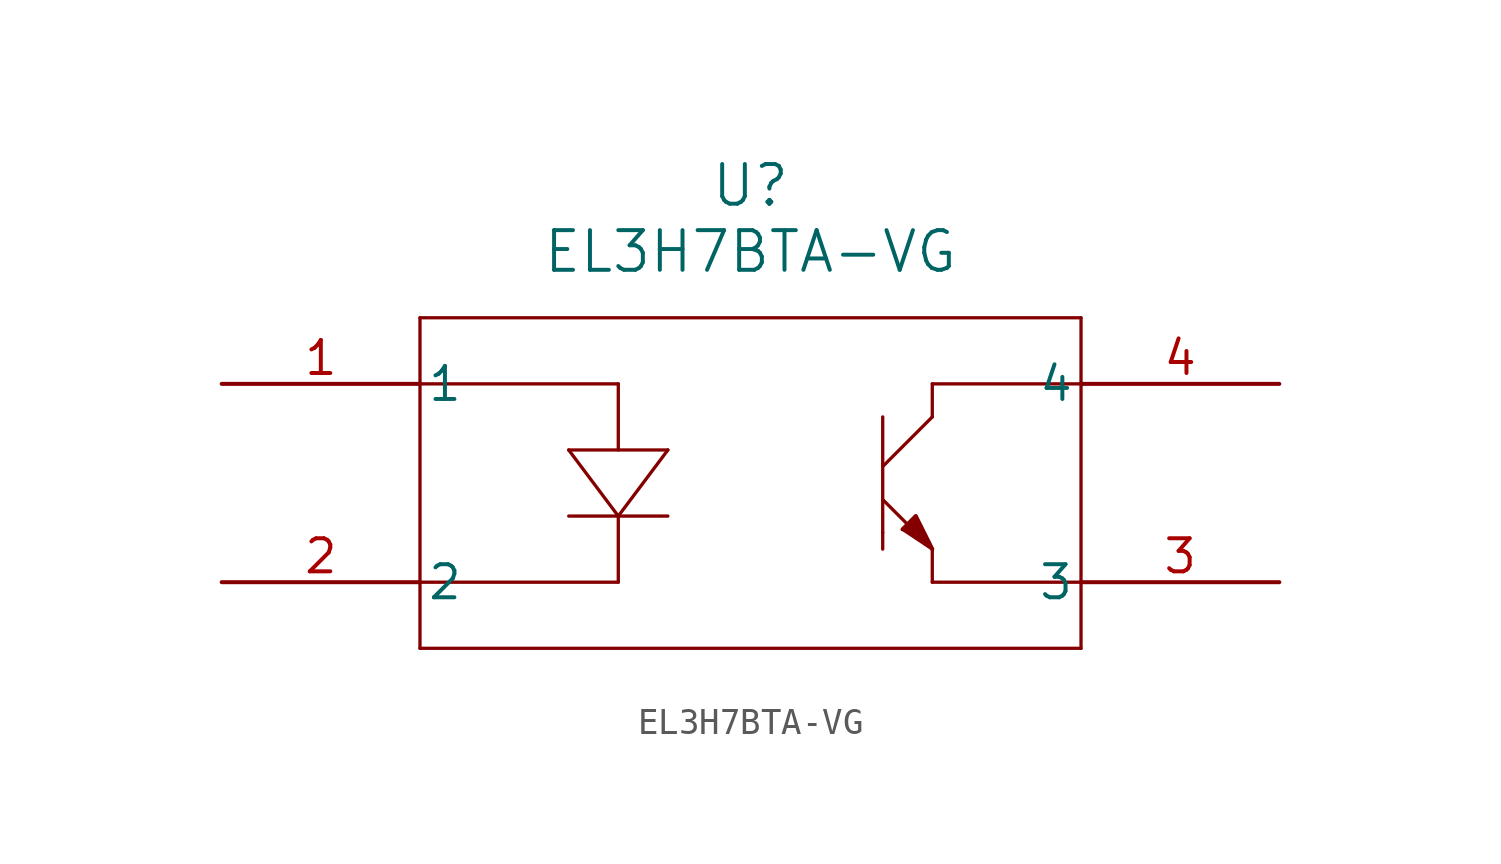
<source format=kicad_sym>
(kicad_symbol_lib
  (version 20211014)
  (generator kicad_symbol_editor)
  (symbol "EL3H7BTA-VG"
    (pin_names
      (offset 0.254))
    (property "Reference" "U"
      (at 20.32 10.16 0)
      (effects (font (size 1.524 1.524))))
    (property "Value" "EL3H7BTA-VG"
      (at 20.32 7.62 0)
      (effects (font (size 1.524 1.524))))
    (symbol "EL3H7BTA-VG_0_1"
      (polyline (pts (xy 7.62 5.08) (xy 7.62 -7.62)) (stroke (width 0.127) (type default) (color 0 0 0 0)) (fill (type none)))
      (polyline (pts (xy 7.62 -7.62) (xy 33.02 -7.62)) (stroke (width 0.127) (type default) (color 0 0 0 0)) (fill (type none)))
      (polyline (pts (xy 33.02 -7.62) (xy 33.02 5.08)) (stroke (width 0.127) (type default) (color 0 0 0 0)) (fill (type none)))
      (polyline (pts (xy 33.02 5.08) (xy 7.62 5.08)) (stroke (width 0.127) (type default) (color 0 0 0 0)) (fill (type none)))
      (polyline (pts (xy 7.62 2.54) (xy 15.24 2.54)) (stroke (width 0.127) (type default) (color 0 0 0 0)) (fill (type none)))
      (polyline (pts (xy 15.24 2.54) (xy 15.24 0)) (stroke (width 0.127) (type default) (color 0 0 0 0)) (fill (type none)))
      (polyline (pts (xy 7.62 -5.08) (xy 15.24 -5.08)) (stroke (width 0.127) (type default) (color 0 0 0 0)) (fill (type none)))
      (polyline (pts (xy 15.24 -5.08) (xy 15.24 -2.54)) (stroke (width 0.127) (type default) (color 0 0 0 0)) (fill (type none)))
      (polyline (pts (xy 15.24 -2.54) (xy 13.335 0)) (stroke (width 0.127) (type default) (color 0 0 0 0)) (fill (type none)))
      (polyline (pts (xy 13.335 0) (xy 17.145 0)) (stroke (width 0.127) (type default) (color 0 0 0 0)) (fill (type none)))
      (polyline (pts (xy 15.24 -2.54) (xy 17.145 0)) (stroke (width 0.127) (type default) (color 0 0 0 0)) (fill (type none)))
      (polyline (pts (xy 13.335 -2.54) (xy 17.145 -2.54)) (stroke (width 0.127) (type default) (color 0 0 0 0)) (fill (type none)))
      (polyline (pts (xy 33.02 2.54) (xy 27.305 2.54)) (stroke (width 0.127) (type default) (color 0 0 0 0)) (fill (type none)))
      (polyline (pts (xy 27.305 2.54) (xy 27.305 1.27)) (stroke (width 0.127) (type default) (color 0 0 0 0)) (fill (type none)))
      (polyline (pts (xy 27.305 1.27) (xy 25.4 -0.635)) (stroke (width 0.127) (type default) (color 0 0 0 0)) (fill (type none)))
      (polyline (pts (xy 25.4 -0.635) (xy 25.4 1.27)) (stroke (width 0.127) (type default) (color 0 0 0 0)) (fill (type none)))
      (polyline (pts (xy 25.4 -0.635) (xy 25.4 -3.175)) (stroke (width 0.127) (type default) (color 0 0 0 0)) (fill (type none)))
      (polyline (pts (xy 25.4 -1.905) (xy 27.305 -3.81)) (stroke (width 0.127) (type default) (color 0 0 0 0)) (fill (type none)))
      (polyline (pts (xy 33.02 -5.08) (xy 27.305 -5.08)) (stroke (width 0.127) (type default) (color 0 0 0 0)) (fill (type none)))
      (polyline (pts (xy 27.305 -5.08) (xy 27.305 -3.81)) (stroke (width 0.127) (type default) (color 0 0 0 0)) (fill (type none)))
      (polyline (pts (xy 25.4 -3.175) (xy 25.4 -3.81)) (stroke (width 0.127) (type default) (color 0 0 0 0)) (fill (type none)))
      (polyline (pts (xy 27.305 -3.81) (xy 26.67 -2.54)) (stroke (width 0.127) (type default) (color 0 0 0 0)) (fill (type none)))
      (polyline (pts (xy 26.67 -2.54) (xy 26.162 -3.048)) (stroke (width 0.127) (type default) (color 0 0 0 0)) (fill (type none)))
      (polyline (pts (xy 26.162 -3.048) (xy 27.305 -3.81)) (stroke (width 0.127) (type default) (color 0 0 0 0)) (fill (type none)))
      (polyline (pts (xy 26.162 -3.048) (xy 26.67 -2.54) (xy 27.305 -3.81)) (stroke (width 0) (type default) (color 0 0 0 0)) (fill (type outline)))
      (pin unspecified line (at 0 2.54 0) (length 7.62) (name "1" (effects (font (size 1.27 1.27)))) (number "1" (effects (font (size 1.27 1.27)))))
      (pin unspecified line (at 0 -5.08 0) (length 7.62) (name "2" (effects (font (size 1.27 1.27)))) (number "2" (effects (font (size 1.27 1.27)))))
      (pin unspecified line (at 40.64 -5.08 180) (length 7.62) (name "3" (effects (font (size 1.27 1.27)))) (number "3" (effects (font (size 1.27 1.27)))))
      (pin unspecified line (at 40.64 2.54 180) (length 7.62) (name "4" (effects (font (size 1.27 1.27)))) (number "4" (effects (font (size 1.27 1.27))))))))
</source>
